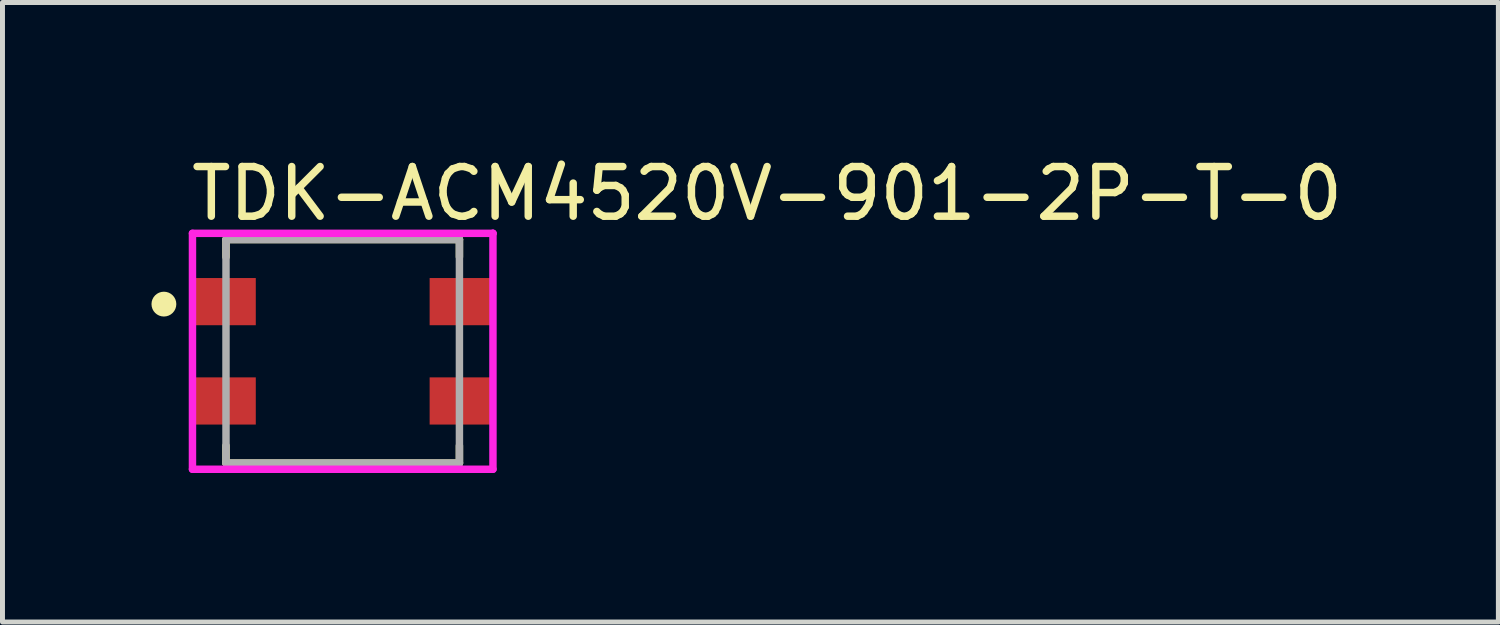
<source format=kicad_pcb>
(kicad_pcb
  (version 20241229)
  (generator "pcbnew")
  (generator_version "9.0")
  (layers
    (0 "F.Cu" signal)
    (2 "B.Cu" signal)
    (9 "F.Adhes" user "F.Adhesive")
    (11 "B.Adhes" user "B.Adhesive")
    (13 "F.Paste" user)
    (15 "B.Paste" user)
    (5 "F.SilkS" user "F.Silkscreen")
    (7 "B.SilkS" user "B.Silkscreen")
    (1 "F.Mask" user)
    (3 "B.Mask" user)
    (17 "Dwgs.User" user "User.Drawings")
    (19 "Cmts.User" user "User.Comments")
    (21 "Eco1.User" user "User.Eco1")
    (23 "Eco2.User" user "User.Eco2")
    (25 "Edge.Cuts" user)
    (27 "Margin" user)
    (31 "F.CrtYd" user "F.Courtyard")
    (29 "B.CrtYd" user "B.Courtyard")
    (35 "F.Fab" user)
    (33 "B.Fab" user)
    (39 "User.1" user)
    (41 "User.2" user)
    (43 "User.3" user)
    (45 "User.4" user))
  (footprint "TDK-ACM4520V-901-2P-T-0"
    (layer "F.Cu")
    (at 3.85 4.023)
    (property "Reference" "TDK-ACM4520V-901-2P-T-0" (at -3.125 -3.175 0) (layer "F.SilkS") (effects (font (size 1 1) (thickness 0.15)) (justify left)))
    (attr through_hole)
    (fp_line (start -2.35 -2.25) (end -2.35 -1.9) (stroke (width 0.15) (type solid)) (layer "F.SilkS"))
    (fp_line (start -2.35 -2.25) (end 2.35 -2.25) (stroke (width 0.15) (type solid)) (layer "F.SilkS"))
    (fp_line (start -2.35 2.25) (end -2.35 1.9) (stroke (width 0.15) (type solid)) (layer "F.SilkS"))
    (fp_line (start -2.35 2.25) (end 2.35 2.25) (stroke (width 0.15) (type solid)) (layer "F.SilkS"))
    (fp_line (start 2.35 -2.25) (end 2.35 -1.9) (stroke (width 0.15) (type solid)) (layer "F.SilkS"))
    (fp_line (start 2.35 2.25) (end 2.35 1.9) (stroke (width 0.15) (type solid)) (layer "F.SilkS"))
    (fp_circle (center -3.6 -0.95) (end -3.475 -0.95) (stroke (width 0.25) (type solid)) (fill no) (layer "F.SilkS"))
    (fp_line (start -3.025 -2.375) (end -3.025 2.375) (stroke (width 0.15) (type solid)) (layer "F.CrtYd"))
    (fp_line (start -3.025 2.375) (end 3.025 2.375) (stroke (width 0.15) (type solid)) (layer "F.CrtYd"))
    (fp_line (start 3.025 -2.375) (end -3.025 -2.375) (stroke (width 0.15) (type solid)) (layer "F.CrtYd"))
    (fp_line (start 3.025 -2.375) (end 3.025 -2.375) (stroke (width 0.15) (type solid)) (layer "F.CrtYd"))
    (fp_line (start 3.025 2.375) (end 3.025 -2.375) (stroke (width 0.15) (type solid)) (layer "F.CrtYd"))
    (fp_line (start -2.35 -2.25) (end 2.35 -2.25) (stroke (width 0.15) (type solid)) (layer "F.Fab"))
    (fp_line (start -2.35 2.25) (end -2.35 -2.25) (stroke (width 0.15) (type solid)) (layer "F.Fab"))
    (fp_line (start 2.35 -2.25) (end 2.35 2.25) (stroke (width 0.15) (type solid)) (layer "F.Fab"))
    (fp_line (start 2.35 2.25) (end -2.35 2.25) (stroke (width 0.15) (type solid)) (layer "F.Fab"))
    (pad "1" smd rect (at -2.375 -1) (size 1.25 0.95) (layers "F.Cu" "F.Mask" "F.Paste"))
    (pad "2" smd rect (at -2.375 1) (size 1.25 0.95) (layers "F.Cu" "F.Mask" "F.Paste"))
    (pad "3" smd rect (at 2.375 1) (size 1.25 0.95) (layers "F.Cu" "F.Mask" "F.Paste"))
    (pad "4" smd rect (at 2.375 -1) (size 1.25 0.95) (layers "F.Cu" "F.Mask" "F.Paste")))
  (gr_rect
    (start -3 -3)
    (end 27.118 9.473)
    (stroke (width 0.1) (type default))
    (fill no)
    (layer "Edge.Cuts")))
</source>
